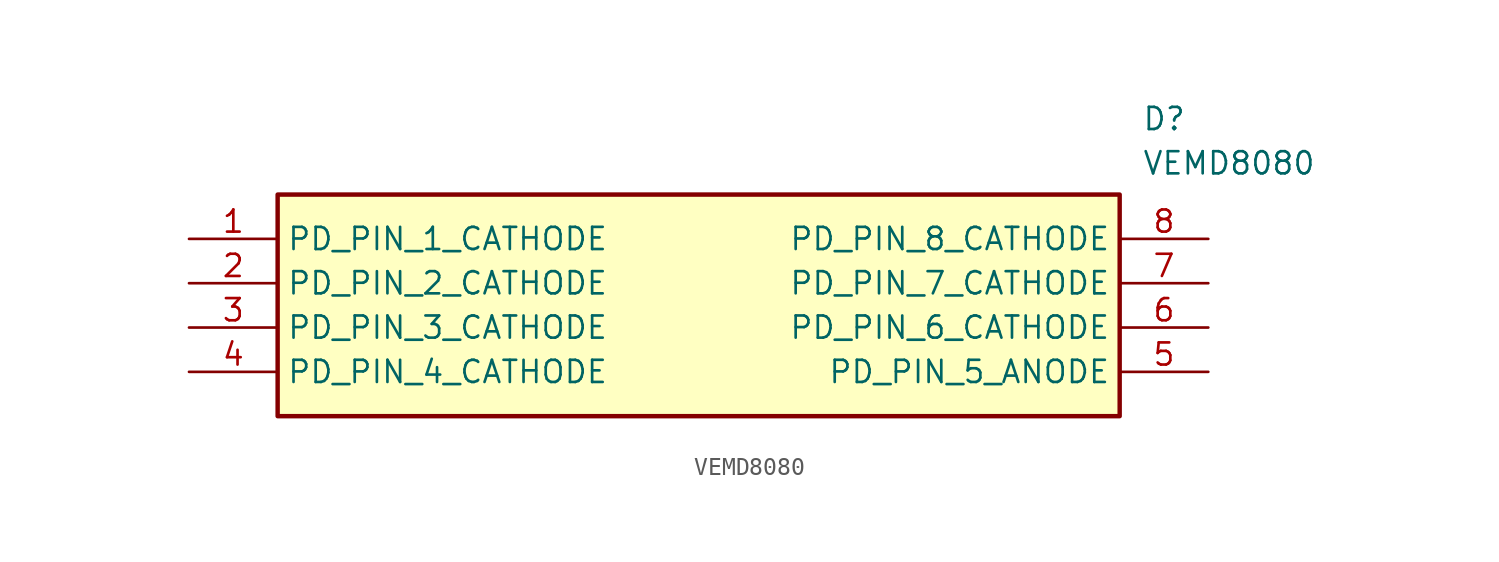
<source format=kicad_sym>
(kicad_symbol_lib
  (version 20220914)
  (generator kicad_symbol_editor)
  (symbol "VEMD8080"
    (property "Reference" "D"
      (at 54.61 7.62 0)
      (effects (font (size 1.27 1.27)) (justify left top)))
    (property "Value" "VEMD8080"
      (at 54.61 5.08 0)
      (effects (font (size 1.27 1.27)) (justify left top)))
    (symbol "VEMD8080_1_1"
      (rectangle (start 5.08 2.54) (end 53.34 -10.16) (stroke (width 0.254) (type default)) (fill (type background)))
      (pin passive line (at 0 0 0) (length 5.08) (name "PD_PIN_1_CATHODE" (effects (font (size 1.27 1.27)))) (number "1" (effects (font (size 1.27 1.27)))))
      (pin passive line (at 0 -2.54 0) (length 5.08) (name "PD_PIN_2_CATHODE" (effects (font (size 1.27 1.27)))) (number "2" (effects (font (size 1.27 1.27)))))
      (pin passive line (at 0 -5.08 0) (length 5.08) (name "PD_PIN_3_CATHODE" (effects (font (size 1.27 1.27)))) (number "3" (effects (font (size 1.27 1.27)))))
      (pin passive line (at 0 -7.62 0) (length 5.08) (name "PD_PIN_4_CATHODE" (effects (font (size 1.27 1.27)))) (number "4" (effects (font (size 1.27 1.27)))))
      (pin passive line (at 58.42 -7.62 180) (length 5.08) (name "PD_PIN_5_ANODE" (effects (font (size 1.27 1.27)))) (number "5" (effects (font (size 1.27 1.27)))))
      (pin passive line (at 58.42 -5.08 180) (length 5.08) (name "PD_PIN_6_CATHODE" (effects (font (size 1.27 1.27)))) (number "6" (effects (font (size 1.27 1.27)))))
      (pin passive line (at 58.42 -2.54 180) (length 5.08) (name "PD_PIN_7_CATHODE" (effects (font (size 1.27 1.27)))) (number "7" (effects (font (size 1.27 1.27)))))
      (pin passive line (at 58.42 0 180) (length 5.08) (name "PD_PIN_8_CATHODE" (effects (font (size 1.27 1.27)))) (number "8" (effects (font (size 1.27 1.27))))))))
</source>
